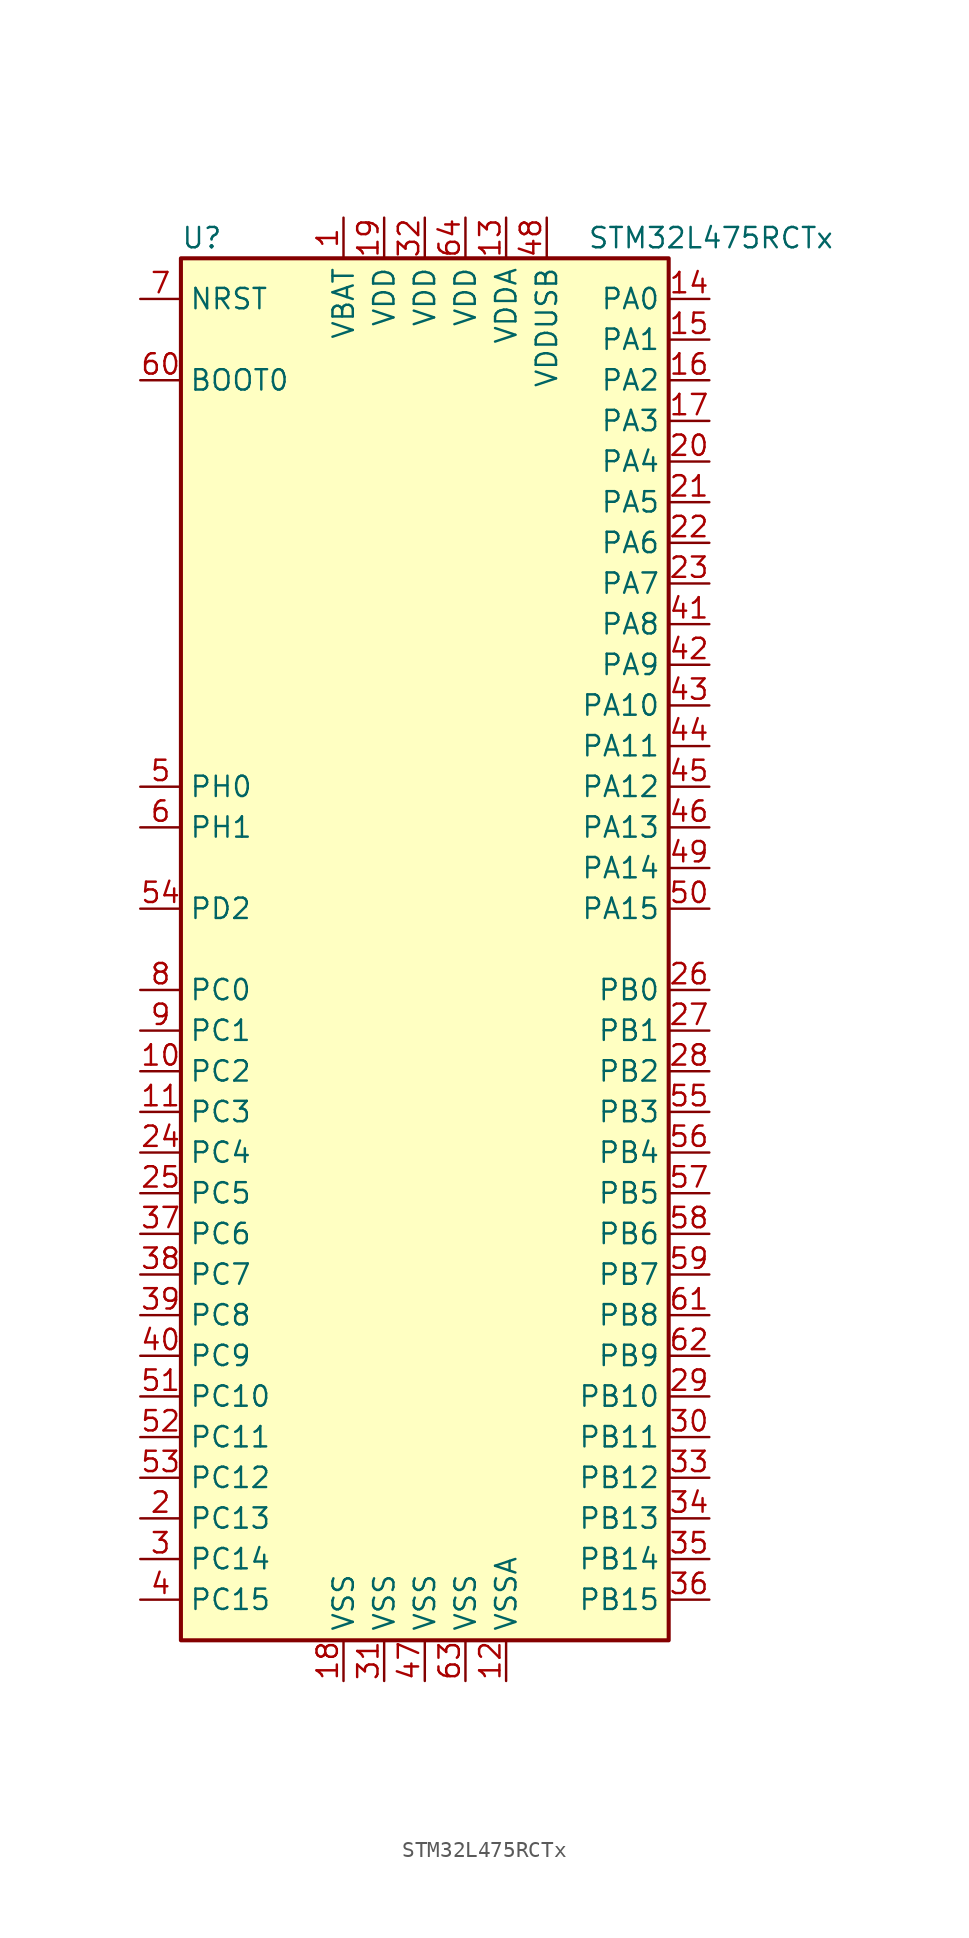
<source format=kicad_sym>
(kicad_symbol_lib
  (version 20211014)
  (generator kicad_symbol_editor)
  (symbol "STM32L475RCTx"
    (property "Reference" "U"
      (at -15.24 44.45 0)
      (effects (font (size 1.27 1.27)) (justify left)))
    (property "Value" "STM32L475RCTx"
      (at 10.16 44.45 0)
      (effects (font (size 1.27 1.27)) (justify left)))
    (symbol "STM32L475RCTx_0_1"
      (rectangle (start -15.24 -43.18) (end 15.24 43.18) (stroke (width 0.254) (type default) (color 0 0 0 0)) (fill (type background))))
    (symbol "STM32L475RCTx_1_1"
      (pin power_in line (at -5.08 45.72 270) (length 2.54) (name "VBAT" (effects (font (size 1.27 1.27)))) (number "1" (effects (font (size 1.27 1.27)))))
      (pin bidirectional line (at -17.78 -7.62 0) (length 2.54) (name "PC2" (effects (font (size 1.27 1.27)))) (number "10" (effects (font (size 1.27 1.27)))))
      (pin bidirectional line (at -17.78 -10.16 0) (length 2.54) (name "PC3" (effects (font (size 1.27 1.27)))) (number "11" (effects (font (size 1.27 1.27)))))
      (pin power_in line (at 5.08 -45.72 90) (length 2.54) (name "VSSA" (effects (font (size 1.27 1.27)))) (number "12" (effects (font (size 1.27 1.27)))))
      (pin power_in line (at 5.08 45.72 270) (length 2.54) (name "VDDA" (effects (font (size 1.27 1.27)))) (number "13" (effects (font (size 1.27 1.27)))))
      (pin bidirectional line (at 17.78 40.64 180) (length 2.54) (name "PA0" (effects (font (size 1.27 1.27)))) (number "14" (effects (font (size 1.27 1.27)))))
      (pin bidirectional line (at 17.78 38.1 180) (length 2.54) (name "PA1" (effects (font (size 1.27 1.27)))) (number "15" (effects (font (size 1.27 1.27)))))
      (pin bidirectional line (at 17.78 35.56 180) (length 2.54) (name "PA2" (effects (font (size 1.27 1.27)))) (number "16" (effects (font (size 1.27 1.27)))))
      (pin bidirectional line (at 17.78 33.02 180) (length 2.54) (name "PA3" (effects (font (size 1.27 1.27)))) (number "17" (effects (font (size 1.27 1.27)))))
      (pin power_in line (at -5.08 -45.72 90) (length 2.54) (name "VSS" (effects (font (size 1.27 1.27)))) (number "18" (effects (font (size 1.27 1.27)))))
      (pin power_in line (at -2.54 45.72 270) (length 2.54) (name "VDD" (effects (font (size 1.27 1.27)))) (number "19" (effects (font (size 1.27 1.27)))))
      (pin bidirectional line (at -17.78 -35.56 0) (length 2.54) (name "PC13" (effects (font (size 1.27 1.27)))) (number "2" (effects (font (size 1.27 1.27)))))
      (pin bidirectional line (at 17.78 30.48 180) (length 2.54) (name "PA4" (effects (font (size 1.27 1.27)))) (number "20" (effects (font (size 1.27 1.27)))))
      (pin bidirectional line (at 17.78 27.94 180) (length 2.54) (name "PA5" (effects (font (size 1.27 1.27)))) (number "21" (effects (font (size 1.27 1.27)))))
      (pin bidirectional line (at 17.78 25.4 180) (length 2.54) (name "PA6" (effects (font (size 1.27 1.27)))) (number "22" (effects (font (size 1.27 1.27)))))
      (pin bidirectional line (at 17.78 22.86 180) (length 2.54) (name "PA7" (effects (font (size 1.27 1.27)))) (number "23" (effects (font (size 1.27 1.27)))))
      (pin bidirectional line (at -17.78 -12.7 0) (length 2.54) (name "PC4" (effects (font (size 1.27 1.27)))) (number "24" (effects (font (size 1.27 1.27)))))
      (pin bidirectional line (at -17.78 -15.24 0) (length 2.54) (name "PC5" (effects (font (size 1.27 1.27)))) (number "25" (effects (font (size 1.27 1.27)))))
      (pin bidirectional line (at 17.78 -2.54 180) (length 2.54) (name "PB0" (effects (font (size 1.27 1.27)))) (number "26" (effects (font (size 1.27 1.27)))))
      (pin bidirectional line (at 17.78 -5.08 180) (length 2.54) (name "PB1" (effects (font (size 1.27 1.27)))) (number "27" (effects (font (size 1.27 1.27)))))
      (pin bidirectional line (at 17.78 -7.62 180) (length 2.54) (name "PB2" (effects (font (size 1.27 1.27)))) (number "28" (effects (font (size 1.27 1.27)))))
      (pin bidirectional line (at 17.78 -27.94 180) (length 2.54) (name "PB10" (effects (font (size 1.27 1.27)))) (number "29" (effects (font (size 1.27 1.27)))))
      (pin bidirectional line (at -17.78 -38.1 0) (length 2.54) (name "PC14" (effects (font (size 1.27 1.27)))) (number "3" (effects (font (size 1.27 1.27)))))
      (pin bidirectional line (at 17.78 -30.48 180) (length 2.54) (name "PB11" (effects (font (size 1.27 1.27)))) (number "30" (effects (font (size 1.27 1.27)))))
      (pin power_in line (at -2.54 -45.72 90) (length 2.54) (name "VSS" (effects (font (size 1.27 1.27)))) (number "31" (effects (font (size 1.27 1.27)))))
      (pin power_in line (at 0 45.72 270) (length 2.54) (name "VDD" (effects (font (size 1.27 1.27)))) (number "32" (effects (font (size 1.27 1.27)))))
      (pin bidirectional line (at 17.78 -33.02 180) (length 2.54) (name "PB12" (effects (font (size 1.27 1.27)))) (number "33" (effects (font (size 1.27 1.27)))))
      (pin bidirectional line (at 17.78 -35.56 180) (length 2.54) (name "PB13" (effects (font (size 1.27 1.27)))) (number "34" (effects (font (size 1.27 1.27)))))
      (pin bidirectional line (at 17.78 -38.1 180) (length 2.54) (name "PB14" (effects (font (size 1.27 1.27)))) (number "35" (effects (font (size 1.27 1.27)))))
      (pin bidirectional line (at 17.78 -40.64 180) (length 2.54) (name "PB15" (effects (font (size 1.27 1.27)))) (number "36" (effects (font (size 1.27 1.27)))))
      (pin bidirectional line (at -17.78 -17.78 0) (length 2.54) (name "PC6" (effects (font (size 1.27 1.27)))) (number "37" (effects (font (size 1.27 1.27)))))
      (pin bidirectional line (at -17.78 -20.32 0) (length 2.54) (name "PC7" (effects (font (size 1.27 1.27)))) (number "38" (effects (font (size 1.27 1.27)))))
      (pin bidirectional line (at -17.78 -22.86 0) (length 2.54) (name "PC8" (effects (font (size 1.27 1.27)))) (number "39" (effects (font (size 1.27 1.27)))))
      (pin bidirectional line (at -17.78 -40.64 0) (length 2.54) (name "PC15" (effects (font (size 1.27 1.27)))) (number "4" (effects (font (size 1.27 1.27)))))
      (pin bidirectional line (at -17.78 -25.4 0) (length 2.54) (name "PC9" (effects (font (size 1.27 1.27)))) (number "40" (effects (font (size 1.27 1.27)))))
      (pin bidirectional line (at 17.78 20.32 180) (length 2.54) (name "PA8" (effects (font (size 1.27 1.27)))) (number "41" (effects (font (size 1.27 1.27)))))
      (pin bidirectional line (at 17.78 17.78 180) (length 2.54) (name "PA9" (effects (font (size 1.27 1.27)))) (number "42" (effects (font (size 1.27 1.27)))))
      (pin bidirectional line (at 17.78 15.24 180) (length 2.54) (name "PA10" (effects (font (size 1.27 1.27)))) (number "43" (effects (font (size 1.27 1.27)))))
      (pin bidirectional line (at 17.78 12.7 180) (length 2.54) (name "PA11" (effects (font (size 1.27 1.27)))) (number "44" (effects (font (size 1.27 1.27)))))
      (pin bidirectional line (at 17.78 10.16 180) (length 2.54) (name "PA12" (effects (font (size 1.27 1.27)))) (number "45" (effects (font (size 1.27 1.27)))))
      (pin bidirectional line (at 17.78 7.62 180) (length 2.54) (name "PA13" (effects (font (size 1.27 1.27)))) (number "46" (effects (font (size 1.27 1.27)))))
      (pin power_in line (at 0 -45.72 90) (length 2.54) (name "VSS" (effects (font (size 1.27 1.27)))) (number "47" (effects (font (size 1.27 1.27)))))
      (pin power_in line (at 7.62 45.72 270) (length 2.54) (name "VDDUSB" (effects (font (size 1.27 1.27)))) (number "48" (effects (font (size 1.27 1.27)))))
      (pin bidirectional line (at 17.78 5.08 180) (length 2.54) (name "PA14" (effects (font (size 1.27 1.27)))) (number "49" (effects (font (size 1.27 1.27)))))
      (pin input line (at -17.78 10.16 0) (length 2.54) (name "PH0" (effects (font (size 1.27 1.27)))) (number "5" (effects (font (size 1.27 1.27)))))
      (pin bidirectional line (at 17.78 2.54 180) (length 2.54) (name "PA15" (effects (font (size 1.27 1.27)))) (number "50" (effects (font (size 1.27 1.27)))))
      (pin bidirectional line (at -17.78 -27.94 0) (length 2.54) (name "PC10" (effects (font (size 1.27 1.27)))) (number "51" (effects (font (size 1.27 1.27)))))
      (pin bidirectional line (at -17.78 -30.48 0) (length 2.54) (name "PC11" (effects (font (size 1.27 1.27)))) (number "52" (effects (font (size 1.27 1.27)))))
      (pin bidirectional line (at -17.78 -33.02 0) (length 2.54) (name "PC12" (effects (font (size 1.27 1.27)))) (number "53" (effects (font (size 1.27 1.27)))))
      (pin bidirectional line (at -17.78 2.54 0) (length 2.54) (name "PD2" (effects (font (size 1.27 1.27)))) (number "54" (effects (font (size 1.27 1.27)))))
      (pin bidirectional line (at 17.78 -10.16 180) (length 2.54) (name "PB3" (effects (font (size 1.27 1.27)))) (number "55" (effects (font (size 1.27 1.27)))))
      (pin bidirectional line (at 17.78 -12.7 180) (length 2.54) (name "PB4" (effects (font (size 1.27 1.27)))) (number "56" (effects (font (size 1.27 1.27)))))
      (pin bidirectional line (at 17.78 -15.24 180) (length 2.54) (name "PB5" (effects (font (size 1.27 1.27)))) (number "57" (effects (font (size 1.27 1.27)))))
      (pin bidirectional line (at 17.78 -17.78 180) (length 2.54) (name "PB6" (effects (font (size 1.27 1.27)))) (number "58" (effects (font (size 1.27 1.27)))))
      (pin bidirectional line (at 17.78 -20.32 180) (length 2.54) (name "PB7" (effects (font (size 1.27 1.27)))) (number "59" (effects (font (size 1.27 1.27)))))
      (pin input line (at -17.78 7.62 0) (length 2.54) (name "PH1" (effects (font (size 1.27 1.27)))) (number "6" (effects (font (size 1.27 1.27)))))
      (pin input line (at -17.78 35.56 0) (length 2.54) (name "BOOT0" (effects (font (size 1.27 1.27)))) (number "60" (effects (font (size 1.27 1.27)))))
      (pin bidirectional line (at 17.78 -22.86 180) (length 2.54) (name "PB8" (effects (font (size 1.27 1.27)))) (number "61" (effects (font (size 1.27 1.27)))))
      (pin bidirectional line (at 17.78 -25.4 180) (length 2.54) (name "PB9" (effects (font (size 1.27 1.27)))) (number "62" (effects (font (size 1.27 1.27)))))
      (pin power_in line (at 2.54 -45.72 90) (length 2.54) (name "VSS" (effects (font (size 1.27 1.27)))) (number "63" (effects (font (size 1.27 1.27)))))
      (pin power_in line (at 2.54 45.72 270) (length 2.54) (name "VDD" (effects (font (size 1.27 1.27)))) (number "64" (effects (font (size 1.27 1.27)))))
      (pin input line (at -17.78 40.64 0) (length 2.54) (name "NRST" (effects (font (size 1.27 1.27)))) (number "7" (effects (font (size 1.27 1.27)))))
      (pin bidirectional line (at -17.78 -2.54 0) (length 2.54) (name "PC0" (effects (font (size 1.27 1.27)))) (number "8" (effects (font (size 1.27 1.27)))))
      (pin bidirectional line (at -17.78 -5.08 0) (length 2.54) (name "PC1" (effects (font (size 1.27 1.27)))) (number "9" (effects (font (size 1.27 1.27))))))))
</source>
